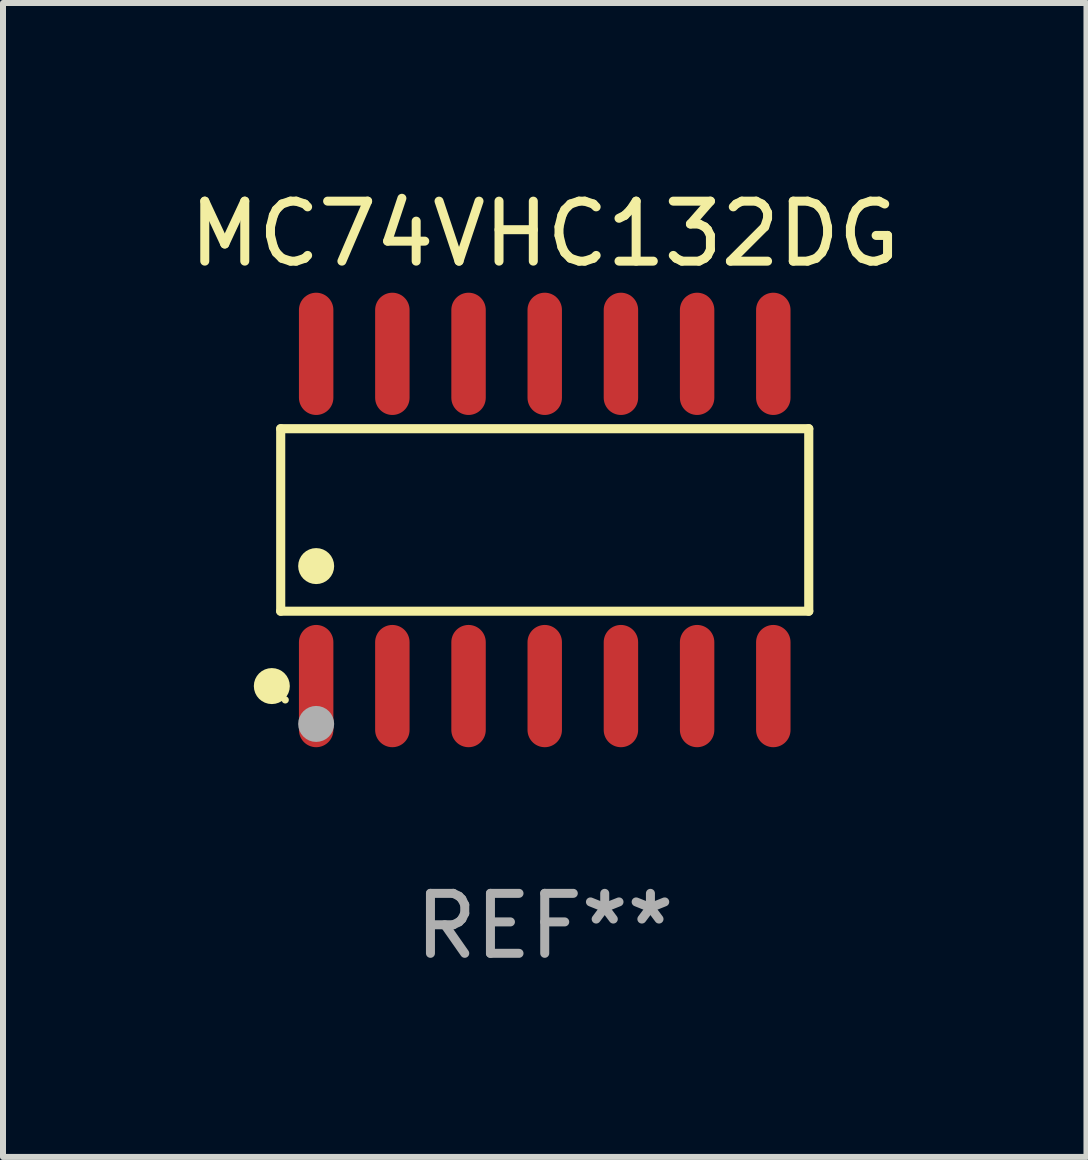
<source format=kicad_pcb>
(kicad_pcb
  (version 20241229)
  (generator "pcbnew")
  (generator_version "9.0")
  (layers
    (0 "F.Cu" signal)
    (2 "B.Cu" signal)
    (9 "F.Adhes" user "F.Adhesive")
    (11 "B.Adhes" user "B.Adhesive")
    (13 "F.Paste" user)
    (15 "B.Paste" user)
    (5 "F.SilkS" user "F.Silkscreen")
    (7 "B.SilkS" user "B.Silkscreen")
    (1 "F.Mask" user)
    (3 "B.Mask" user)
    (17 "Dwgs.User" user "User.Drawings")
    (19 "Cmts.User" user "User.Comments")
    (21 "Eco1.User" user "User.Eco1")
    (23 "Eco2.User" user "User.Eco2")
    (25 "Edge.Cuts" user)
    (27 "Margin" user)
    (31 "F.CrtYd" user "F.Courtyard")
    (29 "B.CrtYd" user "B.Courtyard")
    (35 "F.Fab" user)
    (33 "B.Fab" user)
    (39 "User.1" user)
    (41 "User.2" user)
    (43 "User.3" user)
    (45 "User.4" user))
  (footprint "MC74VHC132DG"
    (layer "F.Cu")
    (at 6.03 5.617)
    (property "Reference" "MC74VHC132DG" (at 0 -4.769 0) (layer "F.SilkS") (effects (font (size 1 1) (thickness 0.15))))
    (attr through_hole)
    (fp_line (start -4.401 -1.521) (end 4.401 -1.521) (stroke (width 0.152) (type solid)) (layer "F.SilkS"))
    (fp_line (start -4.401 1.521) (end -4.401 -1.521) (stroke (width 0.152) (type solid)) (layer "F.SilkS"))
    (fp_line (start 4.401 -1.521) (end 4.401 1.521) (stroke (width 0.152) (type solid)) (layer "F.SilkS"))
    (fp_line (start 4.401 1.521) (end -4.401 1.521) (stroke (width 0.152) (type solid)) (layer "F.SilkS"))
    (fp_circle (center -4.549 2.769) (end -4.399 2.769) (stroke (width 0.3) (type solid)) (fill no) (layer "F.SilkS"))
    (fp_circle (center -4.325 3) (end -4.295 3) (stroke (width 0.06) (type solid)) (fill no) (layer "F.SilkS"))
    (fp_circle (center -3.81 0.769) (end -3.66 0.769) (stroke (width 0.3) (type solid)) (fill no) (layer "F.SilkS"))
    (fp_circle (center -3.81 3.4) (end -3.66 3.4) (stroke (width 0.3) (type solid)) (fill no) (layer "F.Fab"))
    (fp_text user "REF**" (at 0 6.769 0) (layer "F.Fab") (effects (font (size 1 1) (thickness 0.15))))
    (pad "1" smd oval (at -3.81 2.769) (size 0.574 2.038) (layers "F.Cu" "F.Mask" "F.Paste"))
    (pad "2" smd oval (at -2.54 2.769) (size 0.574 2.038) (layers "F.Cu" "F.Mask" "F.Paste"))
    (pad "3" smd oval (at -1.27 2.769) (size 0.574 2.038) (layers "F.Cu" "F.Mask" "F.Paste"))
    (pad "4" smd oval (at 0 2.769) (size 0.574 2.038) (layers "F.Cu" "F.Mask" "F.Paste"))
    (pad "5" smd oval (at 1.27 2.769) (size 0.574 2.038) (layers "F.Cu" "F.Mask" "F.Paste"))
    (pad "6" smd oval (at 2.54 2.769) (size 0.574 2.038) (layers "F.Cu" "F.Mask" "F.Paste"))
    (pad "7" smd oval (at 3.81 2.769) (size 0.574 2.038) (layers "F.Cu" "F.Mask" "F.Paste"))
    (pad "8" smd oval (at 3.81 -2.769) (size 0.574 2.038) (layers "F.Cu" "F.Mask" "F.Paste"))
    (pad "9" smd oval (at 2.54 -2.769) (size 0.574 2.038) (layers "F.Cu" "F.Mask" "F.Paste"))
    (pad "10" smd oval (at 1.27 -2.769) (size 0.574 2.038) (layers "F.Cu" "F.Mask" "F.Paste"))
    (pad "11" smd oval (at 0 -2.769) (size 0.574 2.038) (layers "F.Cu" "F.Mask" "F.Paste"))
    (pad "12" smd oval (at -1.27 -2.769) (size 0.574 2.038) (layers "F.Cu" "F.Mask" "F.Paste"))
    (pad "13" smd oval (at -2.54 -2.769) (size 0.574 2.038) (layers "F.Cu" "F.Mask" "F.Paste"))
    (pad "14" smd oval (at -3.81 -2.769) (size 0.574 2.038) (layers "F.Cu" "F.Mask" "F.Paste")))
  (gr_rect
    (start -3 -3)
    (end 15.06 16.235)
    (stroke (width 0.1) (type default))
    (fill no)
    (layer "Edge.Cuts")))
</source>
